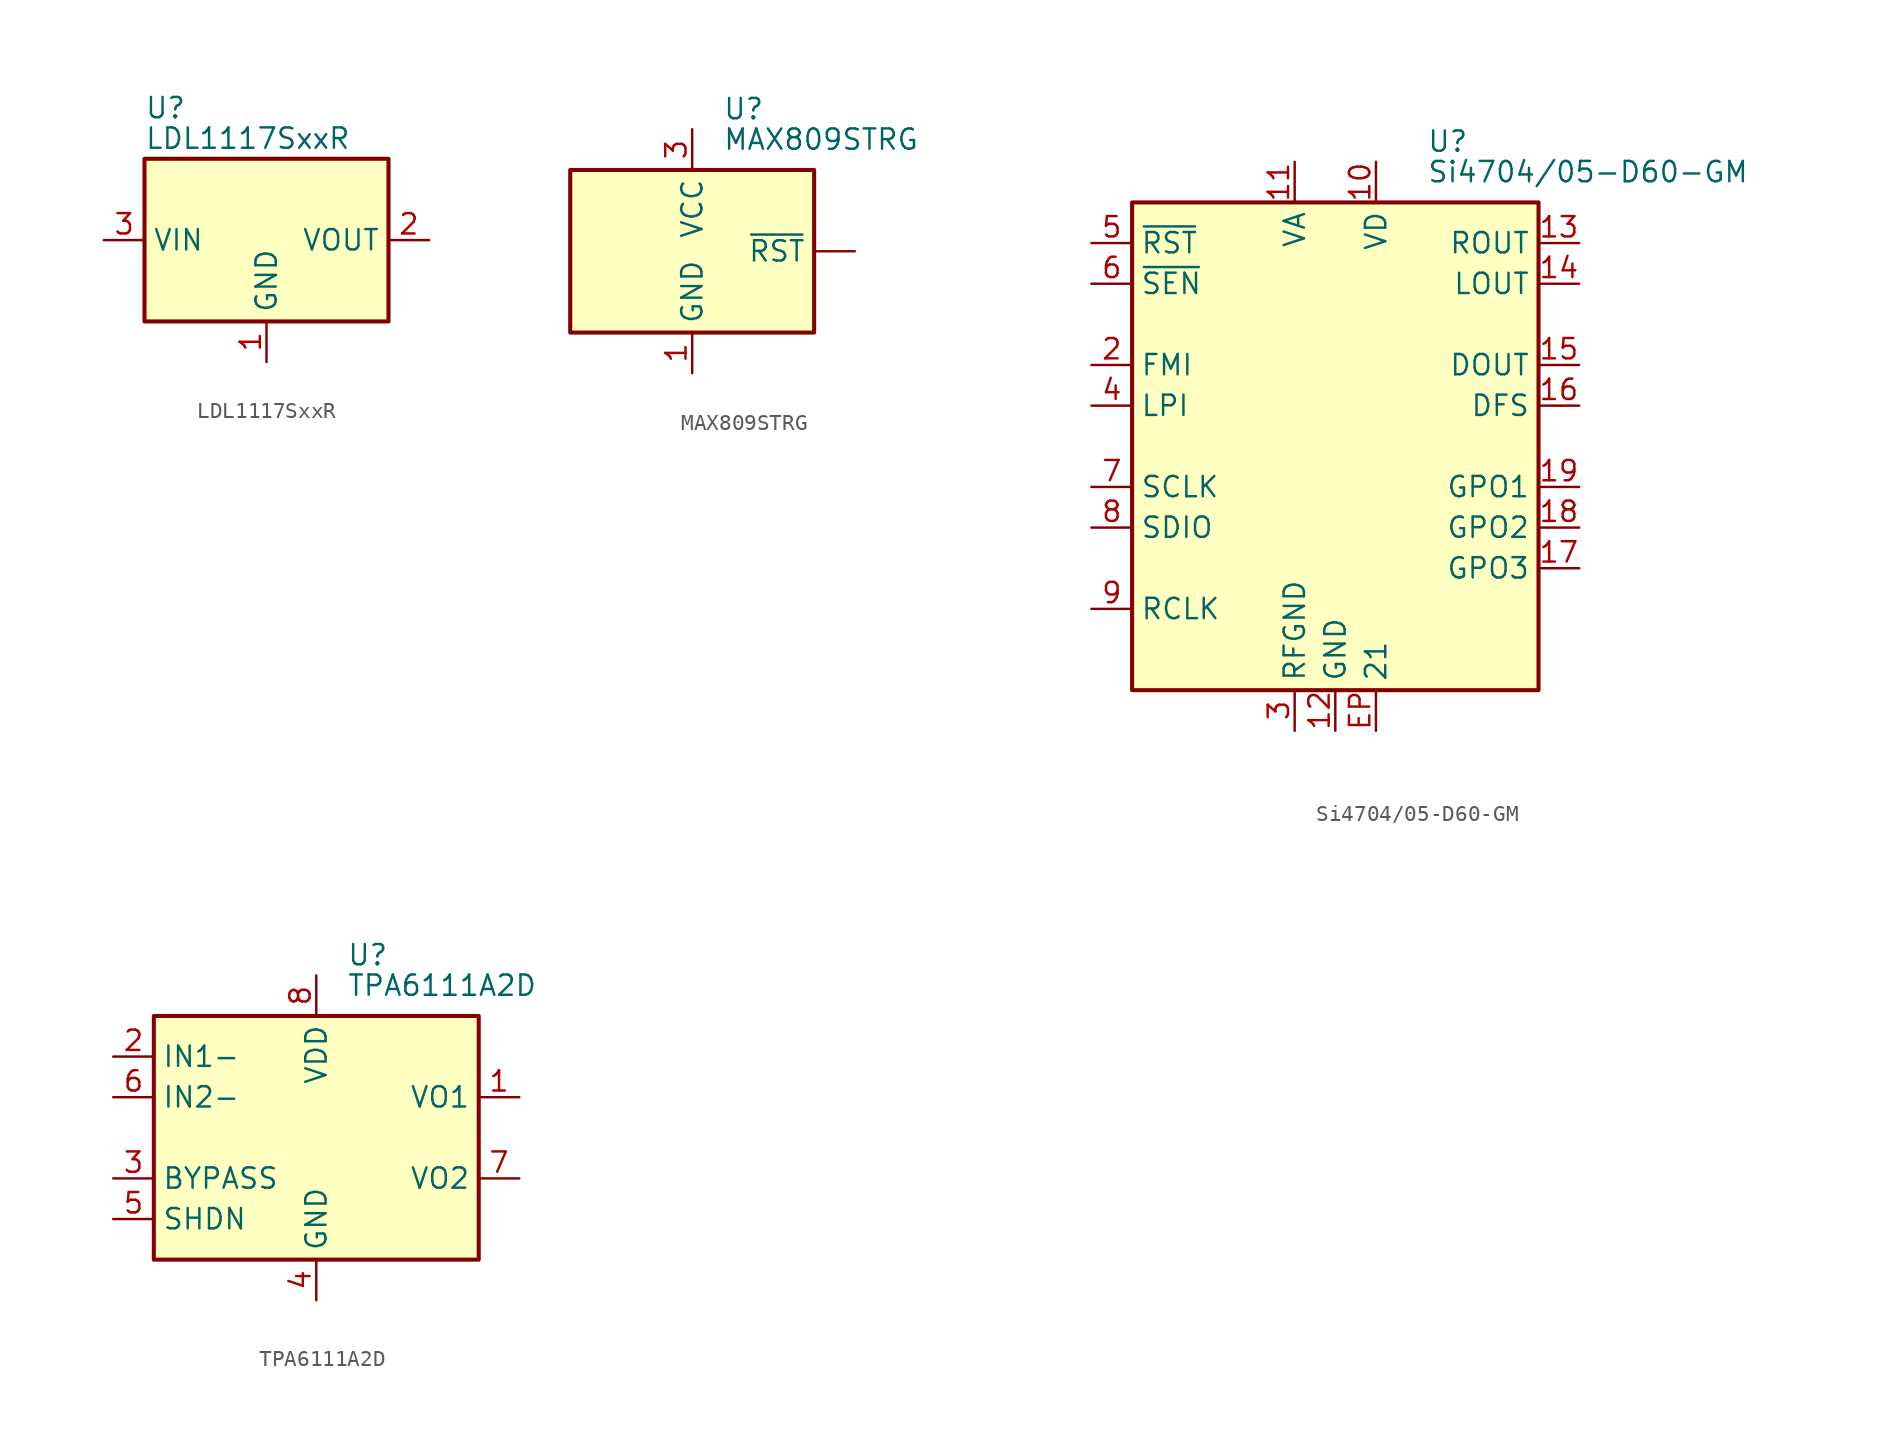
<source format=kicad_sym>
(kicad_symbol_lib
  (version 20241209)
  (generator "kicad_symbol_editor")
  (generator_version "9.0")
  (symbol "LDL1117SxxR"
    (property "Reference" "U"
      (at -7.62 8.255 0)
      (effects (font (size 1.27 1.27)) (justify left)))
    (property "Value" "LDL1117SxxR"
      (at -7.62 6.35 0)
      (effects (font (size 1.27 1.27)) (justify left)))
    (symbol "LDL1117SxxR_1_1"
      (rectangle (start -7.62 5.08) (end 7.62 -5.08) (stroke (width 0.254) (type solid)) (fill (type background)))
      (pin power_in line (at -10.16 0 0) (length 2.54) (name "VIN" (effects (font (size 1.27 1.27)))) (number "3" (effects (font (size 1.27 1.27)))))
      (pin power_in line (at 0 -7.62 90) (length 2.54) (name "GND" (effects (font (size 1.27 1.27)))) (number "1" (effects (font (size 1.27 1.27)))))
      (pin power_out line (at 10.16 0 180) (length 2.54) (name "VOUT" (effects (font (size 1.27 1.27)))) (number "2" (effects (font (size 1.27 1.27)))))))
  (symbol "MAX809STRG"
    (property "Reference" "U"
      (at 1.905 8.89 0)
      (effects (font (size 1.27 1.27)) (justify left)))
    (property "Value" "MAX809STRG"
      (at 1.905 6.985 0)
      (effects (font (size 1.27 1.27)) (justify left)))
    (symbol "MAX809STRG_1_1"
      (rectangle (start -7.62 5.08) (end 7.62 -5.08) (stroke (width 0.254) (type solid)) (fill (type background)))
      (pin power_in line (at 0 7.62 270) (length 2.54) (name "VCC" (effects (font (size 1.27 1.27)))) (number "3" (effects (font (size 1.27 1.27)))))
      (pin power_in line (at 0 -7.62 90) (length 2.54) (name "GND" (effects (font (size 1.27 1.27)))) (number "1" (effects (font (size 1.27 1.27)))))
      (pin output line (at 10.16 0 180) (length 2.54) (name "~{RST}" (effects (font (size 1.27 1.27)))) (number "" (effects (font (size 1.27 1.27)))))))
  (symbol "Si4704/05-D60-GM"
    (property "Reference" "U"
      (at 5.715 19.05 0)
      (effects (font (size 1.27 1.27)) (justify left)))
    (property "Value" "Si4704/05-D60-GM"
      (at 5.715 17.145 0)
      (effects (font (size 1.27 1.27)) (justify left)))
    (symbol "Si4704/05-D60-GM_1_1"
      (rectangle (start -12.7 15.24) (end 12.7 -15.24) (stroke (width 0.254) (type solid)) (fill (type background)))
      (pin input line (at -15.24 12.7 0) (length 2.54) (name "~{RST}" (effects (font (size 1.27 1.27)))) (number "5" (effects (font (size 1.27 1.27)))))
      (pin input line (at -15.24 10.16 0) (length 2.54) (name "~{SEN}" (effects (font (size 1.27 1.27)))) (number "6" (effects (font (size 1.27 1.27)))))
      (pin input line (at -15.24 5.08 0) (length 2.54) (name "FMI" (effects (font (size 1.27 1.27)))) (number "2" (effects (font (size 1.27 1.27)))))
      (pin input line (at -15.24 2.54 0) (length 2.54) (name "LPI" (effects (font (size 1.27 1.27)))) (number "4" (effects (font (size 1.27 1.27)))))
      (pin input line (at -15.24 -2.54 0) (length 2.54) (name "SCLK" (effects (font (size 1.27 1.27)))) (number "7" (effects (font (size 1.27 1.27)))))
      (pin bidirectional line (at -15.24 -5.08 0) (length 2.54) (name "SDIO" (effects (font (size 1.27 1.27)))) (number "8" (effects (font (size 1.27 1.27)))))
      (pin input line (at -15.24 -10.16 0) (length 2.54) (name "RCLK" (effects (font (size 1.27 1.27)))) (number "9" (effects (font (size 1.27 1.27)))))
      (pin power_in line (at -2.54 17.78 270) (length 2.54) (name "VA" (effects (font (size 1.27 1.27)))) (number "11" (effects (font (size 1.27 1.27)))))
      (pin power_in line (at -2.54 -17.78 90) (length 2.54) (name "RFGND" (effects (font (size 1.27 1.27)))) (number "3" (effects (font (size 1.27 1.27)))))
      (pin power_in line (at 0 -17.78 90) (length 2.54) (name "GND" (effects (font (size 1.27 1.27)))) (number "12" (effects (font (size 1.27 1.27)))))
      (pin power_in line (at 2.54 17.78 270) (length 2.54) (name "VD" (effects (font (size 1.27 1.27)))) (number "10" (effects (font (size 1.27 1.27)))))
      (pin power_out line (at 2.54 -17.78 90) (length 2.54) (name "21" (effects (font (size 1.27 1.27)))) (number "EP" (effects (font (size 1.27 1.27)))))
      (pin no_connect line (at 12.7 -11.43 180) (length 2.54) (hide yes) (name "NC" (effects (font (size 1.27 1.27)))) (number "1" (effects (font (size 1.27 1.27)))))
      (pin no_connect line (at 12.7 -12.7 180) (length 2.54) (hide yes) (name "NC" (effects (font (size 1.27 1.27)))) (number "20" (effects (font (size 1.27 1.27)))))
      (pin output line (at 15.24 12.7 180) (length 2.54) (name "ROUT" (effects (font (size 1.27 1.27)))) (number "13" (effects (font (size 1.27 1.27)))) (alternate "DOUT" output line))
      (pin output line (at 15.24 10.16 180) (length 2.54) (name "LOUT" (effects (font (size 1.27 1.27)))) (number "14" (effects (font (size 1.27 1.27)))) (alternate "DFS" input line))
      (pin output line (at 15.24 5.08 180) (length 2.54) (name "DOUT" (effects (font (size 1.27 1.27)))) (number "15" (effects (font (size 1.27 1.27)))))
      (pin input line (at 15.24 2.54 180) (length 2.54) (name "DFS" (effects (font (size 1.27 1.27)))) (number "16" (effects (font (size 1.27 1.27)))))
      (pin output line (at 15.24 -2.54 180) (length 2.54) (name "GPO1" (effects (font (size 1.27 1.27)))) (number "19" (effects (font (size 1.27 1.27)))))
      (pin output line (at 15.24 -5.08 180) (length 2.54) (name "GPO2" (effects (font (size 1.27 1.27)))) (number "18" (effects (font (size 1.27 1.27)))) (alternate "~{INT}" input line))
      (pin output line (at 15.24 -7.62 180) (length 2.54) (name "GPO3" (effects (font (size 1.27 1.27)))) (number "17" (effects (font (size 1.27 1.27)))) (alternate "DCLK" input line))))
  (symbol "TPA6111A2D"
    (property "Reference" "U"
      (at 1.905 11.43 0)
      (effects (font (size 1.27 1.27)) (justify left)))
    (property "Value" "TPA6111A2D"
      (at 1.905 9.525 0)
      (effects (font (size 1.27 1.27)) (justify left)))
    (symbol "TPA6111A2D_1_1"
      (rectangle (start -10.16 7.62) (end 10.16 -7.62) (stroke (width 0.254) (type solid)) (fill (type background)))
      (pin input line (at -12.7 5.08 0) (length 2.54) (name "IN1-" (effects (font (size 1.27 1.27)))) (number "2" (effects (font (size 1.27 1.27)))))
      (pin input line (at -12.7 2.54 0) (length 2.54) (name "IN2-" (effects (font (size 1.27 1.27)))) (number "6" (effects (font (size 1.27 1.27)))))
      (pin passive line (at -12.7 -2.54 0) (length 2.54) (name "BYPASS" (effects (font (size 1.27 1.27)))) (number "3" (effects (font (size 1.27 1.27)))))
      (pin input line (at -12.7 -5.08 0) (length 2.54) (name "SHDN" (effects (font (size 1.27 1.27)))) (number "5" (effects (font (size 1.27 1.27)))))
      (pin power_in line (at 0 10.16 270) (length 2.54) (name "VDD" (effects (font (size 1.27 1.27)))) (number "8" (effects (font (size 1.27 1.27)))))
      (pin power_in line (at 0 -10.16 90) (length 2.54) (name "GND" (effects (font (size 1.27 1.27)))) (number "4" (effects (font (size 1.27 1.27)))))
      (pin output line (at 12.7 2.54 180) (length 2.54) (name "VO1" (effects (font (size 1.27 1.27)))) (number "1" (effects (font (size 1.27 1.27)))))
      (pin output line (at 12.7 -2.54 180) (length 2.54) (name "VO2" (effects (font (size 1.27 1.27)))) (number "7" (effects (font (size 1.27 1.27))))))))
</source>
